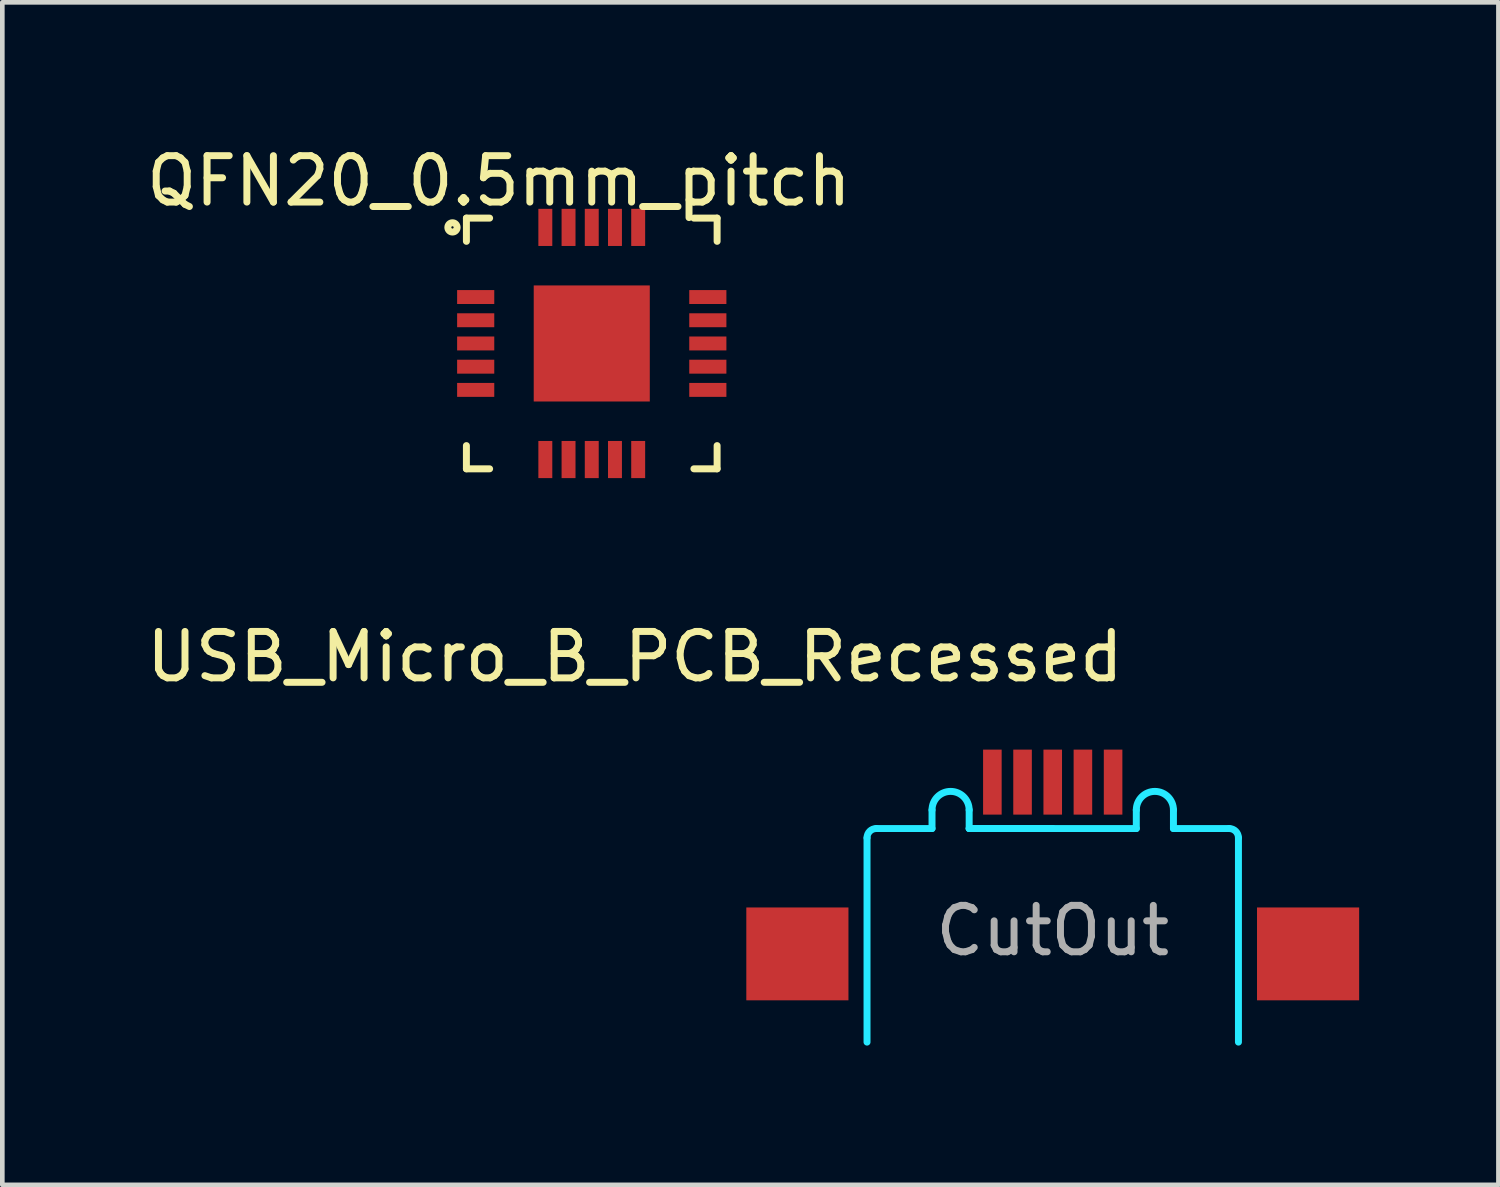
<source format=kicad_pcb>
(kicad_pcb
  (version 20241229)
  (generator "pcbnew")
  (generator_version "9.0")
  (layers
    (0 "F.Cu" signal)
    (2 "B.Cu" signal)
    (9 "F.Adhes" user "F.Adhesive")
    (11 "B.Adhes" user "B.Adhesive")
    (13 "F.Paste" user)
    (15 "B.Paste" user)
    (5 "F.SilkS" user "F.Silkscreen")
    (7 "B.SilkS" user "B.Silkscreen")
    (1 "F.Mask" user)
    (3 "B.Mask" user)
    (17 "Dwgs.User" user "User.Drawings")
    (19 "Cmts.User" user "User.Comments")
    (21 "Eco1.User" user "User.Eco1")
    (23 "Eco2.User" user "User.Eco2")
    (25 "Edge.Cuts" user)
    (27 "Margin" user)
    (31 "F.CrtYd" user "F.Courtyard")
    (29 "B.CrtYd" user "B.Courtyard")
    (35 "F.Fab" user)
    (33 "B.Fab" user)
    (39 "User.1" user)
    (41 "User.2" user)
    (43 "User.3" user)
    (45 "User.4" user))
  (footprint "QFN20_0.5mm_pitch"
    (layer "F.Cu")
    (at 9.696 4.348)
    (property "Reference" "QFN20_0.5mm_pitch" (at -2 -3.5 0) (layer "F.SilkS") (effects (font (size 1 1) (thickness 0.15))))
    (attr through_hole)
    (fp_line (start -2.7 -2.7) (end -2.7 -2.2) (stroke (width 0.15) (type solid)) (layer "F.SilkS"))
    (fp_line (start -2.7 2.2) (end -2.7 2.7) (stroke (width 0.15) (type solid)) (layer "F.SilkS"))
    (fp_line (start -2.7 2.7) (end -2.2 2.7) (stroke (width 0.15) (type solid)) (layer "F.SilkS"))
    (fp_line (start -2.2 -2.7) (end -2.7 -2.7) (stroke (width 0.15) (type solid)) (layer "F.SilkS"))
    (fp_line (start 2.2 -2.7) (end 2.7 -2.7) (stroke (width 0.15) (type solid)) (layer "F.SilkS"))
    (fp_line (start 2.2 2.7) (end 2.7 2.7) (stroke (width 0.15) (type solid)) (layer "F.SilkS"))
    (fp_line (start 2.7 -2.7) (end 2.7 -2.2) (stroke (width 0.15) (type solid)) (layer "F.SilkS"))
    (fp_line (start 2.7 2.7) (end 2.7 2.2) (stroke (width 0.15) (type solid)) (layer "F.SilkS"))
    (fp_circle (center -3 -2.5) (end -3 -2.6) (stroke (width 0.15) (type solid)) (fill no) (layer "F.SilkS"))
    (pad "1" smd rect (at -2.5 -1 90) (size 0.3 0.8) (layers "F.Cu" "F.Mask" "F.Paste"))
    (pad "2" smd rect (at -2.5 -0.5 90) (size 0.3 0.8) (layers "F.Cu" "F.Mask" "F.Paste"))
    (pad "3" smd rect (at -2.5 0 90) (size 0.3 0.8) (layers "F.Cu" "F.Mask" "F.Paste"))
    (pad "4" smd rect (at -2.5 0.5 90) (size 0.3 0.8) (layers "F.Cu" "F.Mask" "F.Paste"))
    (pad "5" smd rect (at -2.5 1 90) (size 0.3 0.8) (layers "F.Cu" "F.Mask" "F.Paste"))
    (pad "6" smd rect (at -1 2.5 180) (size 0.3 0.8) (layers "F.Cu" "F.Mask" "F.Paste"))
    (pad "7" smd rect (at -0.5 2.5 180) (size 0.3 0.8) (layers "F.Cu" "F.Mask" "F.Paste"))
    (pad "8" smd rect (at 0 2.5 180) (size 0.3 0.8) (layers "F.Cu" "F.Mask" "F.Paste"))
    (pad "9" smd rect (at 0.5 2.5 180) (size 0.3 0.8) (layers "F.Cu" "F.Mask" "F.Paste"))
    (pad "10" smd rect (at 1 2.5 180) (size 0.3 0.8) (layers "F.Cu" "F.Mask" "F.Paste"))
    (pad "11" smd rect (at 2.5 1 270) (size 0.3 0.8) (layers "F.Cu" "F.Mask" "F.Paste"))
    (pad "12" smd rect (at 2.5 0.5 270) (size 0.3 0.8) (layers "F.Cu" "F.Mask" "F.Paste"))
    (pad "13" smd rect (at 2.5 0 270) (size 0.3 0.8) (layers "F.Cu" "F.Mask" "F.Paste"))
    (pad "14" smd rect (at 2.5 -0.5 270) (size 0.3 0.8) (layers "F.Cu" "F.Mask" "F.Paste"))
    (pad "15" smd rect (at 2.5 -1 270) (size 0.3 0.8) (layers "F.Cu" "F.Mask" "F.Paste"))
    (pad "16" smd rect (at 1 -2.5) (size 0.3 0.8) (layers "F.Cu" "F.Mask" "F.Paste"))
    (pad "17" smd rect (at 0.5 -2.5) (size 0.3 0.8) (layers "F.Cu" "F.Mask" "F.Paste"))
    (pad "18" smd rect (at 0 -2.5) (size 0.3 0.8) (layers "F.Cu" "F.Mask" "F.Paste"))
    (pad "19" smd rect (at -0.5 -2.5) (size 0.3 0.8) (layers "F.Cu" "F.Mask" "F.Paste"))
    (pad "20" smd rect (at -1 -2.5) (size 0.3 0.8) (layers "F.Cu" "F.Mask" "F.Paste"))
    (pad "EP" smd rect (at 0 0) (size 2.5 2.5) (layers "F.Cu" "F.Mask" "F.Paste")))
  (footprint "USB_Micro_B_PCB_Recessed"
    (layer "F.Cu")
    (at 19.625 17.096)
    (property "Reference" "USB_Micro_B_PCB_Recessed" (at -9 -6 0) (layer "F.SilkS") (effects (font (size 1 1) (thickness 0.15))))
    (attr through_hole)
    (fp_line (start -4 2.3) (end -4 -2.1) (stroke (width 0.15) (type solid)) (layer "B.CrtYd"))
    (fp_line (start -3.8 -2.3) (end -2.6 -2.3) (stroke (width 0.15) (type solid)) (layer "B.CrtYd"))
    (fp_line (start -2.6 -2.3) (end -2.6 -2.7) (stroke (width 0.15) (type solid)) (layer "B.CrtYd"))
    (fp_line (start -1.8 -2.3) (end -1.8 -2.7) (stroke (width 0.15) (type solid)) (layer "B.CrtYd"))
    (fp_line (start -1.8 -2.3) (end 1.8 -2.3) (stroke (width 0.15) (type solid)) (layer "B.CrtYd"))
    (fp_line (start 0 -2.3) (end -1.8 -2.3) (stroke (width 0.15) (type solid)) (layer "B.CrtYd"))
    (fp_line (start 1.8 -2.3) (end 1.8 -2.7) (stroke (width 0.15) (type solid)) (layer "B.CrtYd"))
    (fp_line (start 2.6 -2.3) (end 2.6 -2.7) (stroke (width 0.15) (type solid)) (layer "B.CrtYd"))
    (fp_line (start 3.8 -2.3) (end 2.6 -2.3) (stroke (width 0.15) (type solid)) (layer "B.CrtYd"))
    (fp_line (start 4 -2.1) (end 4 2.3) (stroke (width 0.15) (type solid)) (layer "B.CrtYd"))
    (fp_arc (start -4 -2.1) (mid -3.941421 -2.241421) (end -3.8 -2.3) (stroke (width 0.15) (type solid)) (layer "B.CrtYd"))
    (fp_arc (start -2.6 -2.7) (mid -2.2 -3.1) (end -1.8 -2.7) (stroke (width 0.15) (type solid)) (layer "B.CrtYd"))
    (fp_arc (start 1.8 -2.7) (mid 2.2 -3.1) (end 2.6 -2.7) (stroke (width 0.15) (type solid)) (layer "B.CrtYd"))
    (fp_arc (start 3.8 -2.3) (mid 3.941421 -2.241421) (end 4 -2.1) (stroke (width 0.15) (type solid)) (layer "B.CrtYd"))
    (fp_text user "CutOut" (at 0 -0.1 0) (layer "F.Fab") (effects (font (size 1 1) (thickness 0.15))))
    (pad "1" smd rect (at -1.3 -3.3) (size 0.4 1.4) (layers "F.Cu" "F.Mask" "F.Paste"))
    (pad "2" smd rect (at -0.65 -3.3) (size 0.4 1.4) (layers "F.Cu" "F.Mask" "F.Paste"))
    (pad "3" smd rect (at 0 -3.3) (size 0.4 1.4) (layers "F.Cu" "F.Mask" "F.Paste"))
    (pad "4" smd rect (at 0.65 -3.3) (size 0.4 1.4) (layers "F.Cu" "F.Mask" "F.Paste"))
    (pad "5" smd rect (at 1.3 -3.3) (size 0.4 1.4) (layers "F.Cu" "F.Mask" "F.Paste"))
    (pad "6" smd rect (at -5.5 0.4) (size 2.2 2) (layers "F.Cu" "F.Mask" "F.Paste"))
    (pad "6" smd rect (at 5.5 0.4) (size 2.2 2) (layers "F.Cu" "F.Mask" "F.Paste")))
  (gr_rect
    (start -3 -3)
    (end 29.225 22.471)
    (stroke (width 0.1) (type default))
    (fill no)
    (layer "Edge.Cuts")))
</source>
